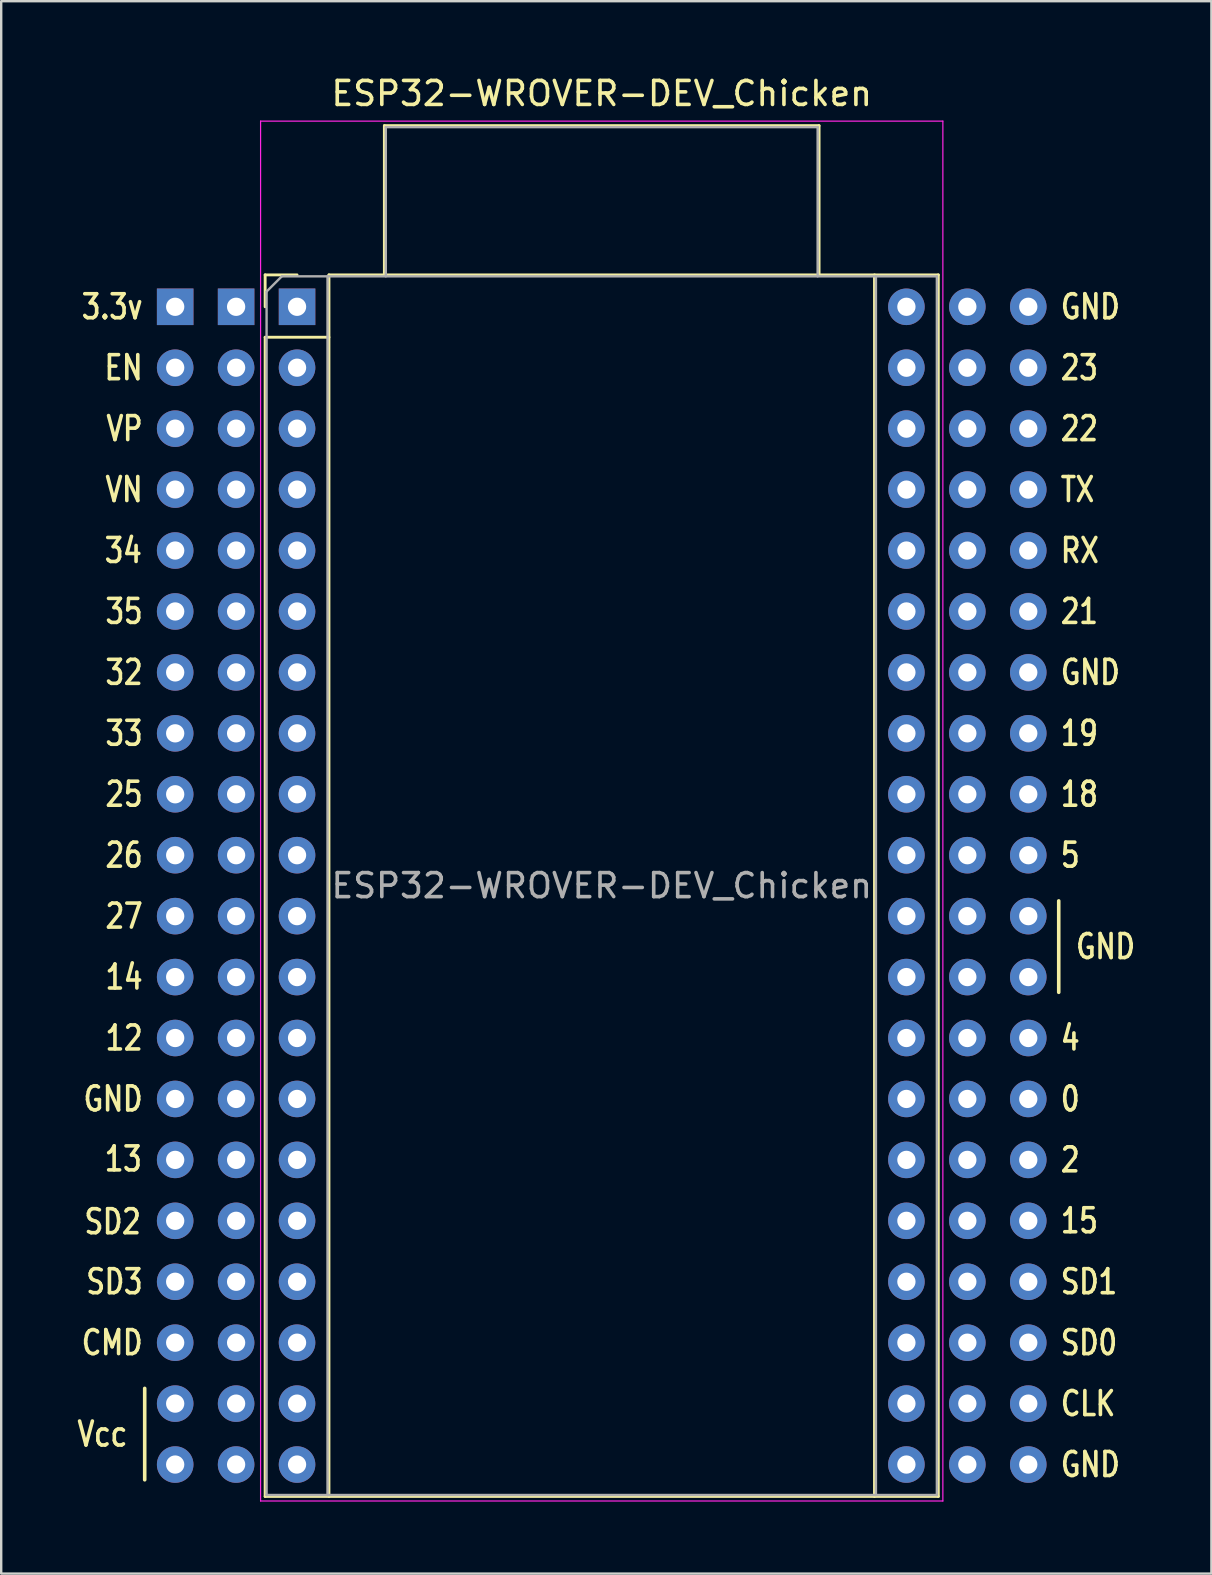
<source format=kicad_pcb>
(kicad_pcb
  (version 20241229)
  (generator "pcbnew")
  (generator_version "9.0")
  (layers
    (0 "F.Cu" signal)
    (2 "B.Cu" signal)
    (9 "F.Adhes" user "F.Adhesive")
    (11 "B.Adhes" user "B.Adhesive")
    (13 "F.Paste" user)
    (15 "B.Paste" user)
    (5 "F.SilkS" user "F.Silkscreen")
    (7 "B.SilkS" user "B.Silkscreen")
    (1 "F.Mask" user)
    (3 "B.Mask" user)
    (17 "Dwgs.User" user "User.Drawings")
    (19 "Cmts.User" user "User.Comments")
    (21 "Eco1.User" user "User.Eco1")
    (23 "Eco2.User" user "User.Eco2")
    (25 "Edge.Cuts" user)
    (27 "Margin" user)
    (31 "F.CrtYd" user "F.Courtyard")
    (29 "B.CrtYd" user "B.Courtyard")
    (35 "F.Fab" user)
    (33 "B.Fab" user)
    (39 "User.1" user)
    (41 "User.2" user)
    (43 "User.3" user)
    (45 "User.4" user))
  (footprint "ESP32-WROVER-DEV_Chicken"
    (layer "F.Cu")
    (at 9.332 9.738)
    (property "Reference" "ESP32-WROVER-DEV_Chicken" (at 12.7 -8.89 0) (layer "F.SilkS") (effects (font (size 1 1) (thickness 0.15))))
    (attr through_hole)
    (fp_line (start -6.35 45.085) (end -6.35 48.895) (stroke (width 0.15) (type solid)) (layer "F.SilkS"))
    (fp_line (start -1.33 -1.33) (end -1.33 0) (stroke (width 0.12) (type solid)) (layer "F.SilkS"))
    (fp_line (start -1.33 1.27) (end 1.33 1.27) (stroke (width 0.12) (type solid)) (layer "F.SilkS"))
    (fp_line (start -1.33 49.59) (end -1.33 1.27) (stroke (width 0.12) (type solid)) (layer "F.SilkS"))
    (fp_line (start 0 -1.33) (end -1.33 -1.33) (stroke (width 0.12) (type solid)) (layer "F.SilkS"))
    (fp_line (start 1.33 -1.33) (end 1.33 49.59) (stroke (width 0.12) (type solid)) (layer "F.SilkS"))
    (fp_line (start 1.33 -1.33) (end 26.73 -1.33) (stroke (width 0.12) (type solid)) (layer "F.SilkS"))
    (fp_line (start 3.64 -7.55) (end 3.64 -1.33) (stroke (width 0.12) (type solid)) (layer "F.SilkS"))
    (fp_line (start 3.64 -7.55) (end 21.76 -7.55) (stroke (width 0.12) (type solid)) (layer "F.SilkS"))
    (fp_line (start 21.76 -7.55) (end 21.76 -1.33) (stroke (width 0.12) (type solid)) (layer "F.SilkS"))
    (fp_line (start 24.07 49.59) (end 24.07 -1.33) (stroke (width 0.12) (type solid)) (layer "F.SilkS"))
    (fp_line (start 26.73 -1.33) (end 26.73 49.59) (stroke (width 0.12) (type solid)) (layer "F.SilkS"))
    (fp_line (start 26.73 49.59) (end -1.33 49.59) (stroke (width 0.12) (type solid)) (layer "F.SilkS"))
    (fp_line (start 31.75 24.765) (end 31.75 28.575) (stroke (width 0.15) (type solid)) (layer "F.SilkS"))
    (fp_line (start -1.52 -7.74) (end 26.92 -7.74) (stroke (width 0.05) (type solid)) (layer "F.CrtYd"))
    (fp_line (start -1.52 49.78) (end -1.52 -7.74) (stroke (width 0.05) (type solid)) (layer "F.CrtYd"))
    (fp_line (start 26.92 -7.74) (end 26.92 49.78) (stroke (width 0.05) (type solid)) (layer "F.CrtYd"))
    (fp_line (start 26.92 49.78) (end -1.52 49.78) (stroke (width 0.05) (type solid)) (layer "F.CrtYd"))
    (fp_line (start -1.27 -0.635) (end -0.635 -1.27) (stroke (width 0.1) (type solid)) (layer "F.Fab"))
    (fp_line (start -1.27 49.53) (end -1.27 -0.635) (stroke (width 0.1) (type solid)) (layer "F.Fab"))
    (fp_line (start -0.635 -1.27) (end 26.67 -1.27) (stroke (width 0.1) (type solid)) (layer "F.Fab"))
    (fp_line (start 1.27 -1.27) (end 1.27 49.53) (stroke (width 0.1) (type solid)) (layer "F.Fab"))
    (fp_line (start 3.7 -7.49) (end 21.7 -7.49) (stroke (width 0.1) (type solid)) (layer "F.Fab"))
    (fp_line (start 3.7 -1.27) (end 3.7 -7.49) (stroke (width 0.1) (type solid)) (layer "F.Fab"))
    (fp_line (start 21.7 -7.49) (end 21.7 -1.27) (stroke (width 0.1) (type solid)) (layer "F.Fab"))
    (fp_line (start 24.13 -1.27) (end 24.13 49.53) (stroke (width 0.1) (type solid)) (layer "F.Fab"))
    (fp_line (start 26.67 -1.27) (end 26.67 49.53) (stroke (width 0.1) (type solid)) (layer "F.Fab"))
    (fp_line (start 26.67 49.53) (end -1.27 49.53) (stroke (width 0.1) (type solid)) (layer "F.Fab"))
    (fp_text user "15" (at 31.75 38.1 0) (unlocked yes) (layer "F.SilkS") (effects (font (size 1 0.8) (thickness 0.15)) (justify left)))
    (fp_text user "22" (at 31.75 5.08 0) (unlocked yes) (layer "F.SilkS") (effects (font (size 1 0.8) (thickness 0.15)) (justify left)))
    (fp_text user "CMD" (at -6.35 43.18 0) (unlocked yes) (layer "F.SilkS") (effects (font (size 1 0.8) (thickness 0.15)) (justify right)))
    (fp_text user "14" (at -6.35 27.94 0) (unlocked yes) (layer "F.SilkS") (effects (font (size 1 0.8) (thickness 0.15)) (justify right)))
    (fp_text user "CLK" (at 31.75 45.72 0) (unlocked yes) (layer "F.SilkS") (effects (font (size 1 0.8) (thickness 0.15)) (justify left)))
    (fp_text user "27" (at -6.35 25.4 0) (unlocked yes) (layer "F.SilkS") (effects (font (size 1 0.8) (thickness 0.15)) (justify right)))
    (fp_text user "12" (at -6.35 30.48 0) (unlocked yes) (layer "F.SilkS") (effects (font (size 1 0.8) (thickness 0.15)) (justify right)))
    (fp_text user "23" (at 31.75 2.54 0) (unlocked yes) (layer "F.SilkS") (effects (font (size 1 0.8) (thickness 0.15)) (justify left)))
    (fp_text user "5" (at 31.75 22.86 0) (unlocked yes) (layer "F.SilkS") (effects (font (size 1 0.8) (thickness 0.15)) (justify left)))
    (fp_text user "0" (at 31.75 33.02 0) (unlocked yes) (layer "F.SilkS") (effects (font (size 1 0.8) (thickness 0.15)) (justify left)))
    (fp_text user "EN" (at -6.35 2.54 0) (unlocked yes) (layer "F.SilkS") (effects (font (size 1 0.8) (thickness 0.15)) (justify right)))
    (fp_text user "33" (at -6.35 17.78 0) (unlocked yes) (layer "F.SilkS") (effects (font (size 1 0.8) (thickness 0.15)) (justify right)))
    (fp_text user "GND" (at 31.75 15.24 0) (unlocked yes) (layer "F.SilkS") (effects (font (size 1 0.8) (thickness 0.15)) (justify left)))
    (fp_text user "35" (at -6.35 12.7 0) (unlocked yes) (layer "F.SilkS") (effects (font (size 1 0.8) (thickness 0.15)) (justify right)))
    (fp_text user "21" (at 31.75 12.7 0) (unlocked yes) (layer "F.SilkS") (effects (font (size 1 0.8) (thickness 0.15)) (justify left)))
    (fp_text user "26" (at -6.35 22.86 0) (unlocked yes) (layer "F.SilkS") (effects (font (size 1 0.8) (thickness 0.15)) (justify right)))
    (fp_text user "SD0" (at 31.75 43.18 0) (unlocked yes) (layer "F.SilkS") (effects (font (size 1 0.8) (thickness 0.15)) (justify left)))
    (fp_text user "RX" (at 31.75 10.16 0) (unlocked yes) (layer "F.SilkS") (effects (font (size 1 0.8) (thickness 0.15)) (justify left)))
    (fp_text user "SD3" (at -6.35 40.64 0) (unlocked yes) (layer "F.SilkS") (effects (font (size 1 0.8) (thickness 0.15)) (justify right)))
    (fp_text user "13" (at -6.383 35.521 0) (unlocked yes) (layer "F.SilkS") (effects (font (size 1 0.8) (thickness 0.15)) (justify right)))
    (fp_text user "GND" (at 31.75 48.26 0) (unlocked yes) (layer "F.SilkS") (effects (font (size 1 0.8) (thickness 0.15)) (justify left)))
    (fp_text user "34" (at -6.383 10.16 0) (unlocked yes) (layer "F.SilkS") (effects (font (size 1 0.8) (thickness 0.15)) (justify right)))
    (fp_text user "19" (at 31.75 17.78 0) (unlocked yes) (layer "F.SilkS") (effects (font (size 1 0.8) (thickness 0.15)) (justify left)))
    (fp_text user "TX" (at 31.75 7.62 0) (unlocked yes) (layer "F.SilkS") (effects (font (size 1 0.8) (thickness 0.15)) (justify left)))
    (fp_text user "SD2" (at -6.425 38.14 0) (unlocked yes) (layer "F.SilkS") (effects (font (size 1 0.8) (thickness 0.15)) (justify right)))
    (fp_text user "GND" (at 32.385 26.67 0) (unlocked yes) (layer "F.SilkS") (effects (font (size 1 0.8) (thickness 0.15)) (justify left)))
    (fp_text user "Vcc" (at -6.985 46.99 0) (unlocked yes) (layer "F.SilkS") (effects (font (size 1 0.8) (thickness 0.15)) (justify right)))
    (fp_text user "VN" (at -6.35 7.62 0) (unlocked yes) (layer "F.SilkS") (effects (font (size 1 0.8) (thickness 0.15)) (justify right)))
    (fp_text user "VP" (at -6.35 5.08 0) (unlocked yes) (layer "F.SilkS") (effects (font (size 1 0.8) (thickness 0.15)) (justify right)))
    (fp_text user "25" (at -6.35 20.32 0) (unlocked yes) (layer "F.SilkS") (effects (font (size 1 0.8) (thickness 0.15)) (justify right)))
    (fp_text user "GND" (at -6.35 33.02 0) (unlocked yes) (layer "F.SilkS") (effects (font (size 1 0.8) (thickness 0.15)) (justify right)))
    (fp_text user "2" (at 31.75 35.56 0) (unlocked yes) (layer "F.SilkS") (effects (font (size 1 0.8) (thickness 0.15)) (justify left)))
    (fp_text user "3.3v" (at -6.35 0 0) (unlocked yes) (layer "F.SilkS") (effects (font (size 1 0.8) (thickness 0.15)) (justify right)))
    (fp_text user "SD1" (at 31.75 40.64 0) (unlocked yes) (layer "F.SilkS") (effects (font (size 1 0.8) (thickness 0.15)) (justify left)))
    (fp_text user "32" (at -6.35 15.24 0) (unlocked yes) (layer "F.SilkS") (effects (font (size 1 0.8) (thickness 0.15)) (justify right)))
    (fp_text user "4" (at 31.75 30.48 0) (unlocked yes) (layer "F.SilkS") (effects (font (size 1 0.8) (thickness 0.15)) (justify left)))
    (fp_text user "18" (at 31.75 20.32 0) (unlocked yes) (layer "F.SilkS") (effects (font (size 1 0.8) (thickness 0.15)) (justify left)))
    (fp_text user "GND" (at 31.75 0 0) (unlocked yes) (layer "F.SilkS") (effects (font (size 1 0.8) (thickness 0.15)) (justify left)))
    (fp_text user "${REFERENCE}" (at 12.7 24.13 0) (layer "F.Fab") (effects (font (size 1 1) (thickness 0.15))))
    (pad "1" thru_hole rect (at -5.08 0) (size 1.524 1.524) (drill 0.762) (layers "*.Cu" "*.Mask"))
    (pad "1" thru_hole rect (at -2.54 0) (size 1.524 1.524) (drill 0.762) (layers "*.Cu" "*.Mask"))
    (pad "1" thru_hole rect (at 0 0) (size 1.524 1.524) (drill 0.762) (layers "*.Cu" "*.Mask"))
    (pad "2" thru_hole circle (at -5.08 2.54) (size 1.524 1.524) (drill 0.762) (layers "*.Cu" "*.Mask"))
    (pad "2" thru_hole circle (at -2.54 2.54) (size 1.524 1.524) (drill 0.762) (layers "*.Cu" "*.Mask"))
    (pad "2" thru_hole circle (at 0 2.54) (size 1.524 1.524) (drill 0.762) (layers "*.Cu" "*.Mask"))
    (pad "3" thru_hole circle (at -5.08 5.08) (size 1.524 1.524) (drill 0.762) (layers "*.Cu" "*.Mask"))
    (pad "3" thru_hole circle (at -2.54 5.08) (size 1.524 1.524) (drill 0.762) (layers "*.Cu" "*.Mask"))
    (pad "3" thru_hole circle (at 0 5.08) (size 1.524 1.524) (drill 0.762) (layers "*.Cu" "*.Mask"))
    (pad "4" thru_hole circle (at -5.08 7.62) (size 1.524 1.524) (drill 0.762) (layers "*.Cu" "*.Mask"))
    (pad "4" thru_hole circle (at -2.54 7.62) (size 1.524 1.524) (drill 0.762) (layers "*.Cu" "*.Mask"))
    (pad "4" thru_hole circle (at 0 7.62) (size 1.524 1.524) (drill 0.762) (layers "*.Cu" "*.Mask"))
    (pad "5" thru_hole circle (at -5.08 10.16) (size 1.524 1.524) (drill 0.762) (layers "*.Cu" "*.Mask"))
    (pad "5" thru_hole circle (at -2.54 10.16) (size 1.524 1.524) (drill 0.762) (layers "*.Cu" "*.Mask"))
    (pad "5" thru_hole circle (at 0 10.16) (size 1.524 1.524) (drill 0.762) (layers "*.Cu" "*.Mask"))
    (pad "6" thru_hole circle (at -5.08 12.7) (size 1.524 1.524) (drill 0.762) (layers "*.Cu" "*.Mask"))
    (pad "6" thru_hole circle (at -2.54 12.7) (size 1.524 1.524) (drill 0.762) (layers "*.Cu" "*.Mask"))
    (pad "6" thru_hole circle (at 0 12.7) (size 1.524 1.524) (drill 0.762) (layers "*.Cu" "*.Mask"))
    (pad "7" thru_hole circle (at -5.08 15.24) (size 1.524 1.524) (drill 0.762) (layers "*.Cu" "*.Mask"))
    (pad "7" thru_hole circle (at -2.54 15.24) (size 1.524 1.524) (drill 0.762) (layers "*.Cu" "*.Mask"))
    (pad "7" thru_hole circle (at 0 15.24) (size 1.524 1.524) (drill 0.762) (layers "*.Cu" "*.Mask"))
    (pad "8" thru_hole circle (at -5.08 17.78) (size 1.524 1.524) (drill 0.762) (layers "*.Cu" "*.Mask"))
    (pad "8" thru_hole circle (at -2.54 17.78) (size 1.524 1.524) (drill 0.762) (layers "*.Cu" "*.Mask"))
    (pad "8" thru_hole circle (at 0 17.78) (size 1.524 1.524) (drill 0.762) (layers "*.Cu" "*.Mask"))
    (pad "9" thru_hole circle (at -5.08 20.32) (size 1.524 1.524) (drill 0.762) (layers "*.Cu" "*.Mask"))
    (pad "9" thru_hole circle (at -2.54 20.32) (size 1.524 1.524) (drill 0.762) (layers "*.Cu" "*.Mask"))
    (pad "9" thru_hole circle (at 0 20.32) (size 1.524 1.524) (drill 0.762) (layers "*.Cu" "*.Mask"))
    (pad "10" thru_hole circle (at -5.08 22.86) (size 1.524 1.524) (drill 0.762) (layers "*.Cu" "*.Mask"))
    (pad "10" thru_hole circle (at -2.54 22.86) (size 1.524 1.524) (drill 0.762) (layers "*.Cu" "*.Mask"))
    (pad "10" thru_hole circle (at 0 22.86) (size 1.524 1.524) (drill 0.762) (layers "*.Cu" "*.Mask"))
    (pad "11" thru_hole circle (at -5.08 25.4) (size 1.524 1.524) (drill 0.762) (layers "*.Cu" "*.Mask"))
    (pad "11" thru_hole circle (at -2.54 25.4) (size 1.524 1.524) (drill 0.762) (layers "*.Cu" "*.Mask"))
    (pad "11" thru_hole circle (at 0 25.4) (size 1.524 1.524) (drill 0.762) (layers "*.Cu" "*.Mask"))
    (pad "12" thru_hole circle (at -5.08 27.94) (size 1.524 1.524) (drill 0.762) (layers "*.Cu" "*.Mask"))
    (pad "12" thru_hole circle (at -2.54 27.94) (size 1.524 1.524) (drill 0.762) (layers "*.Cu" "*.Mask"))
    (pad "12" thru_hole circle (at 0 27.94) (size 1.524 1.524) (drill 0.762) (layers "*.Cu" "*.Mask"))
    (pad "13" thru_hole circle (at -5.08 30.48) (size 1.524 1.524) (drill 0.762) (layers "*.Cu" "*.Mask"))
    (pad "13" thru_hole circle (at -2.54 30.48) (size 1.524 1.524) (drill 0.762) (layers "*.Cu" "*.Mask"))
    (pad "13" thru_hole circle (at 0 30.48) (size 1.524 1.524) (drill 0.762) (layers "*.Cu" "*.Mask"))
    (pad "14" thru_hole circle (at -5.08 33.02) (size 1.524 1.524) (drill 0.762) (layers "*.Cu" "*.Mask"))
    (pad "14" thru_hole circle (at -2.54 33.02) (size 1.524 1.524) (drill 0.762) (layers "*.Cu" "*.Mask"))
    (pad "14" thru_hole circle (at 0 33.02) (size 1.524 1.524) (drill 0.762) (layers "*.Cu" "*.Mask"))
    (pad "15" thru_hole circle (at -5.08 35.56) (size 1.524 1.524) (drill 0.762) (layers "*.Cu" "*.Mask"))
    (pad "15" thru_hole circle (at -2.54 35.56) (size 1.524 1.524) (drill 0.762) (layers "*.Cu" "*.Mask"))
    (pad "15" thru_hole circle (at 0 35.56) (size 1.524 1.524) (drill 0.762) (layers "*.Cu" "*.Mask"))
    (pad "16" thru_hole circle (at -5.08 38.1) (size 1.524 1.524) (drill 0.762) (layers "*.Cu" "*.Mask"))
    (pad "16" thru_hole circle (at -2.54 38.1) (size 1.524 1.524) (drill 0.762) (layers "*.Cu" "*.Mask"))
    (pad "16" thru_hole circle (at 0 38.1) (size 1.524 1.524) (drill 0.762) (layers "*.Cu" "*.Mask"))
    (pad "17" thru_hole circle (at -5.08 40.64) (size 1.524 1.524) (drill 0.762) (layers "*.Cu" "*.Mask"))
    (pad "17" thru_hole circle (at -2.54 40.64) (size 1.524 1.524) (drill 0.762) (layers "*.Cu" "*.Mask"))
    (pad "17" thru_hole circle (at 0 40.64) (size 1.524 1.524) (drill 0.762) (layers "*.Cu" "*.Mask"))
    (pad "18" thru_hole circle (at -5.08 43.18) (size 1.524 1.524) (drill 0.762) (layers "*.Cu" "*.Mask"))
    (pad "18" thru_hole circle (at -2.54 43.18) (size 1.524 1.524) (drill 0.762) (layers "*.Cu" "*.Mask"))
    (pad "18" thru_hole circle (at 0 43.18) (size 1.524 1.524) (drill 0.762) (layers "*.Cu" "*.Mask"))
    (pad "19" thru_hole circle (at -5.08 45.72) (size 1.524 1.524) (drill 0.762) (layers "*.Cu" "*.Mask"))
    (pad "19" thru_hole circle (at -2.54 45.72) (size 1.524 1.524) (drill 0.762) (layers "*.Cu" "*.Mask"))
    (pad "19" thru_hole circle (at 0 45.72) (size 1.524 1.524) (drill 0.762) (layers "*.Cu" "*.Mask"))
    (pad "20" thru_hole circle (at -5.08 48.26) (size 1.524 1.524) (drill 0.762) (layers "*.Cu" "*.Mask"))
    (pad "20" thru_hole circle (at -2.54 48.26) (size 1.524 1.524) (drill 0.762) (layers "*.Cu" "*.Mask"))
    (pad "20" thru_hole circle (at 0 48.26) (size 1.524 1.524) (drill 0.762) (layers "*.Cu" "*.Mask"))
    (pad "21" thru_hole circle (at 25.4 48.26) (size 1.524 1.524) (drill 0.762) (layers "*.Cu" "*.Mask"))
    (pad "21" thru_hole circle (at 27.94 48.26) (size 1.524 1.524) (drill 0.762) (layers "*.Cu" "*.Mask"))
    (pad "21" thru_hole circle (at 30.48 48.26) (size 1.524 1.524) (drill 0.762) (layers "*.Cu" "*.Mask"))
    (pad "22" thru_hole circle (at 25.4 45.72) (size 1.524 1.524) (drill 0.762) (layers "*.Cu" "*.Mask"))
    (pad "22" thru_hole circle (at 27.94 45.72) (size 1.524 1.524) (drill 0.762) (layers "*.Cu" "*.Mask"))
    (pad "22" thru_hole circle (at 30.48 45.72) (size 1.524 1.524) (drill 0.762) (layers "*.Cu" "*.Mask"))
    (pad "23" thru_hole circle (at 25.4 43.18) (size 1.524 1.524) (drill 0.762) (layers "*.Cu" "*.Mask"))
    (pad "23" thru_hole circle (at 27.94 43.18) (size 1.524 1.524) (drill 0.762) (layers "*.Cu" "*.Mask"))
    (pad "23" thru_hole circle (at 30.48 43.18) (size 1.524 1.524) (drill 0.762) (layers "*.Cu" "*.Mask"))
    (pad "24" thru_hole circle (at 25.4 40.64) (size 1.524 1.524) (drill 0.762) (layers "*.Cu" "*.Mask"))
    (pad "24" thru_hole circle (at 27.94 40.64) (size 1.524 1.524) (drill 0.762) (layers "*.Cu" "*.Mask"))
    (pad "24" thru_hole circle (at 30.48 40.64) (size 1.524 1.524) (drill 0.762) (layers "*.Cu" "*.Mask"))
    (pad "25" thru_hole circle (at 25.4 38.1) (size 1.524 1.524) (drill 0.762) (layers "*.Cu" "*.Mask"))
    (pad "25" thru_hole circle (at 27.94 38.1) (size 1.524 1.524) (drill 0.762) (layers "*.Cu" "*.Mask"))
    (pad "25" thru_hole circle (at 30.48 38.1) (size 1.524 1.524) (drill 0.762) (layers "*.Cu" "*.Mask"))
    (pad "26" thru_hole circle (at 25.4 35.56) (size 1.524 1.524) (drill 0.762) (layers "*.Cu" "*.Mask"))
    (pad "26" thru_hole circle (at 27.94 35.56) (size 1.524 1.524) (drill 0.762) (layers "*.Cu" "*.Mask"))
    (pad "26" thru_hole circle (at 30.48 35.56) (size 1.524 1.524) (drill 0.762) (layers "*.Cu" "*.Mask"))
    (pad "27" thru_hole circle (at 25.4 33.02) (size 1.524 1.524) (drill 0.762) (layers "*.Cu" "*.Mask"))
    (pad "27" thru_hole circle (at 27.94 33.02) (size 1.524 1.524) (drill 0.762) (layers "*.Cu" "*.Mask"))
    (pad "27" thru_hole circle (at 30.48 33.02) (size 1.524 1.524) (drill 0.762) (layers "*.Cu" "*.Mask"))
    (pad "28" thru_hole circle (at 25.4 30.48) (size 1.524 1.524) (drill 0.762) (layers "*.Cu" "*.Mask"))
    (pad "28" thru_hole circle (at 27.94 30.48) (size 1.524 1.524) (drill 0.762) (layers "*.Cu" "*.Mask"))
    (pad "28" thru_hole circle (at 30.48 30.48) (size 1.524 1.524) (drill 0.762) (layers "*.Cu" "*.Mask"))
    (pad "29" thru_hole circle (at 25.4 27.94) (size 1.524 1.524) (drill 0.762) (layers "*.Cu" "*.Mask"))
    (pad "29" thru_hole circle (at 27.94 27.94) (size 1.524 1.524) (drill 0.762) (layers "*.Cu" "*.Mask"))
    (pad "29" thru_hole circle (at 30.48 27.94) (size 1.524 1.524) (drill 0.762) (layers "*.Cu" "*.Mask"))
    (pad "30" thru_hole circle (at 25.4 25.4) (size 1.524 1.524) (drill 0.762) (layers "*.Cu" "*.Mask"))
    (pad "30" thru_hole circle (at 27.94 25.4) (size 1.524 1.524) (drill 0.762) (layers "*.Cu" "*.Mask"))
    (pad "30" thru_hole circle (at 30.48 25.4) (size 1.524 1.524) (drill 0.762) (layers "*.Cu" "*.Mask"))
    (pad "31" thru_hole circle (at 25.4 22.86) (size 1.524 1.524) (drill 0.762) (layers "*.Cu" "*.Mask"))
    (pad "31" thru_hole circle (at 27.94 22.86) (size 1.524 1.524) (drill 0.762) (layers "*.Cu" "*.Mask"))
    (pad "31" thru_hole circle (at 30.48 22.86) (size 1.524 1.524) (drill 0.762) (layers "*.Cu" "*.Mask"))
    (pad "32" thru_hole circle (at 25.4 20.32) (size 1.524 1.524) (drill 0.762) (layers "*.Cu" "*.Mask"))
    (pad "32" thru_hole circle (at 27.94 20.32) (size 1.524 1.524) (drill 0.762) (layers "*.Cu" "*.Mask"))
    (pad "32" thru_hole circle (at 30.48 20.32) (size 1.524 1.524) (drill 0.762) (layers "*.Cu" "*.Mask"))
    (pad "33" thru_hole circle (at 25.4 17.78) (size 1.524 1.524) (drill 0.762) (layers "*.Cu" "*.Mask"))
    (pad "33" thru_hole circle (at 27.94 17.78) (size 1.524 1.524) (drill 0.762) (layers "*.Cu" "*.Mask"))
    (pad "33" thru_hole circle (at 30.48 17.78) (size 1.524 1.524) (drill 0.762) (layers "*.Cu" "*.Mask"))
    (pad "34" thru_hole circle (at 25.4 15.24) (size 1.524 1.524) (drill 0.762) (layers "*.Cu" "*.Mask"))
    (pad "34" thru_hole circle (at 27.94 15.24) (size 1.524 1.524) (drill 0.762) (layers "*.Cu" "*.Mask"))
    (pad "34" thru_hole circle (at 30.48 15.24) (size 1.524 1.524) (drill 0.762) (layers "*.Cu" "*.Mask"))
    (pad "35" thru_hole circle (at 25.4 12.7) (size 1.524 1.524) (drill 0.762) (layers "*.Cu" "*.Mask"))
    (pad "35" thru_hole circle (at 27.94 12.7) (size 1.524 1.524) (drill 0.762) (layers "*.Cu" "*.Mask"))
    (pad "35" thru_hole circle (at 30.48 12.7) (size 1.524 1.524) (drill 0.762) (layers "*.Cu" "*.Mask"))
    (pad "36" thru_hole circle (at 25.4 10.16) (size 1.524 1.524) (drill 0.762) (layers "*.Cu" "*.Mask"))
    (pad "36" thru_hole circle (at 27.94 10.16) (size 1.524 1.524) (drill 0.762) (layers "*.Cu" "*.Mask"))
    (pad "36" thru_hole circle (at 30.48 10.16) (size 1.524 1.524) (drill 0.762) (layers "*.Cu" "*.Mask"))
    (pad "37" thru_hole circle (at 25.4 7.62) (size 1.524 1.524) (drill 0.762) (layers "*.Cu" "*.Mask"))
    (pad "37" thru_hole circle (at 27.94 7.62) (size 1.524 1.524) (drill 0.762) (layers "*.Cu" "*.Mask"))
    (pad "37" thru_hole circle (at 30.48 7.62) (size 1.524 1.524) (drill 0.762) (layers "*.Cu" "*.Mask"))
    (pad "38" thru_hole circle (at 25.4 5.08) (size 1.524 1.524) (drill 0.762) (layers "*.Cu" "*.Mask"))
    (pad "38" thru_hole circle (at 27.94 5.08) (size 1.524 1.524) (drill 0.762) (layers "*.Cu" "*.Mask"))
    (pad "38" thru_hole circle (at 30.48 5.08) (size 1.524 1.524) (drill 0.762) (layers "*.Cu" "*.Mask"))
    (pad "39" thru_hole circle (at 25.4 2.54) (size 1.524 1.524) (drill 0.762) (layers "*.Cu" "*.Mask"))
    (pad "39" thru_hole circle (at 27.94 2.54) (size 1.524 1.524) (drill 0.762) (layers "*.Cu" "*.Mask"))
    (pad "39" thru_hole circle (at 30.48 2.54) (size 1.524 1.524) (drill 0.762) (layers "*.Cu" "*.Mask"))
    (pad "40" thru_hole circle (at 25.4 0) (size 1.524 1.524) (drill 0.762) (layers "*.Cu" "*.Mask"))
    (pad "40" thru_hole circle (at 27.94 0) (size 1.524 1.524) (drill 0.762) (layers "*.Cu" "*.Mask"))
    (pad "40" thru_hole circle (at 30.48 0) (size 1.524 1.524) (drill 0.762) (layers "*.Cu" "*.Mask")))
  (gr_rect
    (start -3 -3)
    (end 47.445 62.543)
    (stroke (width 0.1) (type default))
    (fill no)
    (layer "Edge.Cuts")))
</source>
